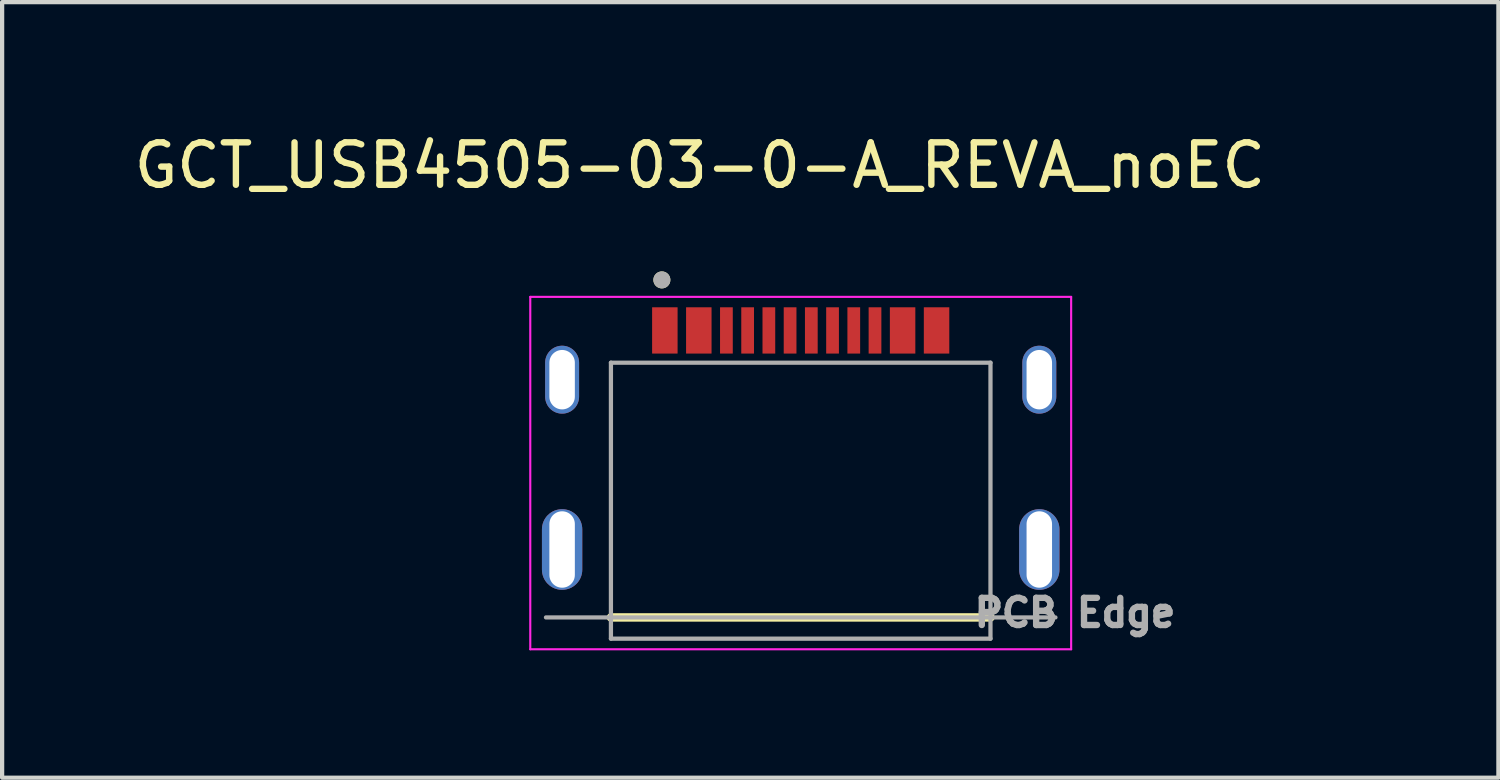
<source format=kicad_pcb>
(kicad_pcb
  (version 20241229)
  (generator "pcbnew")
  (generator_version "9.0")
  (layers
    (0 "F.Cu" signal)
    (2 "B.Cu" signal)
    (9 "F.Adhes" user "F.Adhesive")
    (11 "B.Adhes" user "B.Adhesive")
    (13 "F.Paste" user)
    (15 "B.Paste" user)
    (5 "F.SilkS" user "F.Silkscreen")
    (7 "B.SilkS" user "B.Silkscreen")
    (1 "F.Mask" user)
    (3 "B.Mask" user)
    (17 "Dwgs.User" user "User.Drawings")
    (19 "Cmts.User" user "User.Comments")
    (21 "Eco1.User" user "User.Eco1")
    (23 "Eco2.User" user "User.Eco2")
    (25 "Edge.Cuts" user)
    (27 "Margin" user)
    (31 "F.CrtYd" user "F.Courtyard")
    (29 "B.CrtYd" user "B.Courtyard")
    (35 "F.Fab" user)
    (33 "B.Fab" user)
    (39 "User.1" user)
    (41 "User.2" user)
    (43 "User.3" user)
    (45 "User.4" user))
  (footprint "GCT_USB4505-03-0-A_REVA_noEC"
    (layer "F.Cu")
    (at 15.81 9.893)
    (property "Reference" "GCT_USB4505-03-0-A_REVA_noEC" (at -2.375 -9.045 0) (layer "F.SilkS") (effects (font (size 1 1) (thickness 0.15))))
    (attr smd)
    (fp_poly (pts (xy -6.225 -3.61) (xy -6.225 -4.41) (xy -6.224 -4.441) (xy -6.222 -4.473) (xy -6.218 -4.504) (xy -6.212 -4.535) (xy -6.205 -4.565) (xy -6.196 -4.595) (xy -6.185 -4.625) (xy -6.173 -4.654) (xy -6.16 -4.682) (xy -6.145 -4.71) (xy -6.128 -4.737) (xy -6.11 -4.763) (xy -6.091 -4.788) (xy -6.071 -4.811) (xy -6.049 -4.834) (xy -6.026 -4.856) (xy -6.003 -4.876) (xy -5.978 -4.895) (xy -5.952 -4.913) (xy -5.925 -4.93) (xy -5.897 -4.945) (xy -5.869 -4.958) (xy -5.84 -4.97) (xy -5.81 -4.981) (xy -5.78 -4.99) (xy -5.75 -4.997) (xy -5.719 -5.003) (xy -5.688 -5.007) (xy -5.656 -5.009) (xy -5.625 -5.01) (xy -5.594 -5.009) (xy -5.562 -5.007) (xy -5.531 -5.003) (xy -5.5 -4.997) (xy -5.47 -4.99) (xy -5.44 -4.981) (xy -5.41 -4.97) (xy -5.381 -4.958) (xy -5.353 -4.945) (xy -5.325 -4.93) (xy -5.298 -4.913) (xy -5.272 -4.895) (xy -5.247 -4.876) (xy -5.224 -4.856) (xy -5.201 -4.834) (xy -5.179 -4.811) (xy -5.159 -4.788) (xy -5.14 -4.763) (xy -5.122 -4.737) (xy -5.105 -4.71) (xy -5.09 -4.682) (xy -5.077 -4.654) (xy -5.065 -4.625) (xy -5.054 -4.595) (xy -5.045 -4.565) (xy -5.038 -4.535) (xy -5.032 -4.504) (xy -5.028 -4.473) (xy -5.026 -4.441) (xy -5.025 -4.41) (xy -5.025 -3.61) (xy -5.026 -3.579) (xy -5.028 -3.547) (xy -5.032 -3.516) (xy -5.038 -3.485) (xy -5.045 -3.455) (xy -5.054 -3.425) (xy -5.065 -3.395) (xy -5.077 -3.366) (xy -5.09 -3.338) (xy -5.105 -3.31) (xy -5.122 -3.283) (xy -5.14 -3.257) (xy -5.159 -3.232) (xy -5.179 -3.209) (xy -5.201 -3.186) (xy -5.224 -3.164) (xy -5.247 -3.144) (xy -5.272 -3.125) (xy -5.298 -3.107) (xy -5.325 -3.09) (xy -5.353 -3.075) (xy -5.381 -3.062) (xy -5.41 -3.05) (xy -5.44 -3.039) (xy -5.47 -3.03) (xy -5.5 -3.023) (xy -5.531 -3.017) (xy -5.562 -3.013) (xy -5.594 -3.011) (xy -5.625 -3.01) (xy -5.656 -3.011) (xy -5.688 -3.013) (xy -5.719 -3.017) (xy -5.75 -3.023) (xy -5.78 -3.03) (xy -5.81 -3.039) (xy -5.84 -3.05) (xy -5.869 -3.062) (xy -5.897 -3.075) (xy -5.925 -3.09) (xy -5.952 -3.107) (xy -5.978 -3.125) (xy -6.003 -3.144) (xy -6.026 -3.164) (xy -6.049 -3.186) (xy -6.071 -3.209) (xy -6.091 -3.232) (xy -6.11 -3.257) (xy -6.128 -3.283) (xy -6.145 -3.31) (xy -6.16 -3.338) (xy -6.173 -3.366) (xy -6.185 -3.395) (xy -6.196 -3.425) (xy -6.205 -3.455) (xy -6.212 -3.485) (xy -6.218 -3.516) (xy -6.222 -3.547) (xy -6.224 -3.579) (xy -6.225 -3.61)) (stroke (width 0.01) (type solid)) (fill yes) (layer "F.Mask"))
    (fp_poly (pts (xy -6.225 0.59) (xy -6.225 -0.61) (xy -6.224 -0.641) (xy -6.222 -0.673) (xy -6.218 -0.704) (xy -6.212 -0.735) (xy -6.205 -0.765) (xy -6.196 -0.795) (xy -6.185 -0.825) (xy -6.173 -0.854) (xy -6.16 -0.882) (xy -6.145 -0.91) (xy -6.128 -0.937) (xy -6.11 -0.963) (xy -6.091 -0.988) (xy -6.071 -1.011) (xy -6.049 -1.034) (xy -6.026 -1.056) (xy -6.003 -1.076) (xy -5.978 -1.095) (xy -5.952 -1.113) (xy -5.925 -1.13) (xy -5.897 -1.145) (xy -5.869 -1.158) (xy -5.84 -1.17) (xy -5.81 -1.181) (xy -5.78 -1.19) (xy -5.75 -1.197) (xy -5.719 -1.203) (xy -5.688 -1.207) (xy -5.656 -1.209) (xy -5.625 -1.21) (xy -5.594 -1.209) (xy -5.562 -1.207) (xy -5.531 -1.203) (xy -5.5 -1.197) (xy -5.47 -1.19) (xy -5.44 -1.181) (xy -5.41 -1.17) (xy -5.381 -1.158) (xy -5.353 -1.145) (xy -5.325 -1.13) (xy -5.298 -1.113) (xy -5.272 -1.095) (xy -5.247 -1.076) (xy -5.224 -1.056) (xy -5.201 -1.034) (xy -5.179 -1.011) (xy -5.159 -0.988) (xy -5.14 -0.963) (xy -5.122 -0.937) (xy -5.105 -0.91) (xy -5.09 -0.882) (xy -5.077 -0.854) (xy -5.065 -0.825) (xy -5.054 -0.795) (xy -5.045 -0.765) (xy -5.038 -0.735) (xy -5.032 -0.704) (xy -5.028 -0.673) (xy -5.026 -0.641) (xy -5.025 -0.61) (xy -5.025 0.59) (xy -5.026 0.621) (xy -5.028 0.653) (xy -5.032 0.684) (xy -5.038 0.715) (xy -5.045 0.745) (xy -5.054 0.775) (xy -5.065 0.805) (xy -5.077 0.834) (xy -5.09 0.862) (xy -5.105 0.89) (xy -5.122 0.917) (xy -5.14 0.943) (xy -5.159 0.968) (xy -5.179 0.991) (xy -5.201 1.014) (xy -5.224 1.036) (xy -5.247 1.056) (xy -5.272 1.075) (xy -5.298 1.093) (xy -5.325 1.11) (xy -5.353 1.125) (xy -5.381 1.138) (xy -5.41 1.15) (xy -5.44 1.161) (xy -5.47 1.17) (xy -5.5 1.177) (xy -5.531 1.183) (xy -5.562 1.187) (xy -5.594 1.189) (xy -5.625 1.19) (xy -5.656 1.189) (xy -5.688 1.187) (xy -5.719 1.183) (xy -5.75 1.177) (xy -5.78 1.17) (xy -5.81 1.161) (xy -5.84 1.15) (xy -5.869 1.138) (xy -5.897 1.125) (xy -5.925 1.11) (xy -5.952 1.093) (xy -5.978 1.075) (xy -6.003 1.056) (xy -6.026 1.036) (xy -6.049 1.014) (xy -6.071 0.991) (xy -6.091 0.968) (xy -6.11 0.943) (xy -6.128 0.917) (xy -6.145 0.89) (xy -6.16 0.862) (xy -6.173 0.834) (xy -6.185 0.805) (xy -6.196 0.775) (xy -6.205 0.745) (xy -6.212 0.715) (xy -6.218 0.684) (xy -6.222 0.653) (xy -6.224 0.621) (xy -6.225 0.59)) (stroke (width 0.01) (type solid)) (fill yes) (layer "F.Mask"))
    (fp_poly (pts (xy 5.015 -3.61) (xy 5.015 -4.41) (xy 5.016 -4.441) (xy 5.018 -4.473) (xy 5.022 -4.504) (xy 5.028 -4.535) (xy 5.035 -4.565) (xy 5.044 -4.595) (xy 5.055 -4.625) (xy 5.067 -4.654) (xy 5.08 -4.682) (xy 5.095 -4.71) (xy 5.112 -4.737) (xy 5.13 -4.763) (xy 5.149 -4.788) (xy 5.169 -4.811) (xy 5.191 -4.834) (xy 5.214 -4.856) (xy 5.237 -4.876) (xy 5.262 -4.895) (xy 5.288 -4.913) (xy 5.315 -4.93) (xy 5.343 -4.945) (xy 5.371 -4.958) (xy 5.4 -4.97) (xy 5.43 -4.981) (xy 5.46 -4.99) (xy 5.49 -4.997) (xy 5.521 -5.003) (xy 5.552 -5.007) (xy 5.584 -5.009) (xy 5.615 -5.01) (xy 5.646 -5.009) (xy 5.678 -5.007) (xy 5.709 -5.003) (xy 5.74 -4.997) (xy 5.77 -4.99) (xy 5.8 -4.981) (xy 5.83 -4.97) (xy 5.859 -4.958) (xy 5.887 -4.945) (xy 5.915 -4.93) (xy 5.942 -4.913) (xy 5.968 -4.895) (xy 5.993 -4.876) (xy 6.016 -4.856) (xy 6.039 -4.834) (xy 6.061 -4.811) (xy 6.081 -4.788) (xy 6.1 -4.763) (xy 6.118 -4.737) (xy 6.135 -4.71) (xy 6.15 -4.682) (xy 6.163 -4.654) (xy 6.175 -4.625) (xy 6.186 -4.595) (xy 6.195 -4.565) (xy 6.202 -4.535) (xy 6.208 -4.504) (xy 6.212 -4.473) (xy 6.214 -4.441) (xy 6.215 -4.41) (xy 6.215 -3.61) (xy 6.214 -3.579) (xy 6.212 -3.547) (xy 6.208 -3.516) (xy 6.202 -3.485) (xy 6.195 -3.455) (xy 6.186 -3.425) (xy 6.175 -3.395) (xy 6.163 -3.366) (xy 6.15 -3.338) (xy 6.135 -3.31) (xy 6.118 -3.283) (xy 6.1 -3.257) (xy 6.081 -3.232) (xy 6.061 -3.209) (xy 6.039 -3.186) (xy 6.016 -3.164) (xy 5.993 -3.144) (xy 5.968 -3.125) (xy 5.942 -3.107) (xy 5.915 -3.09) (xy 5.887 -3.075) (xy 5.859 -3.062) (xy 5.83 -3.05) (xy 5.8 -3.039) (xy 5.77 -3.03) (xy 5.74 -3.023) (xy 5.709 -3.017) (xy 5.678 -3.013) (xy 5.646 -3.011) (xy 5.615 -3.01) (xy 5.584 -3.011) (xy 5.552 -3.013) (xy 5.521 -3.017) (xy 5.49 -3.023) (xy 5.46 -3.03) (xy 5.43 -3.039) (xy 5.4 -3.05) (xy 5.371 -3.062) (xy 5.343 -3.075) (xy 5.315 -3.09) (xy 5.288 -3.107) (xy 5.262 -3.125) (xy 5.237 -3.144) (xy 5.214 -3.164) (xy 5.191 -3.186) (xy 5.169 -3.209) (xy 5.149 -3.232) (xy 5.13 -3.257) (xy 5.112 -3.283) (xy 5.095 -3.31) (xy 5.08 -3.338) (xy 5.067 -3.366) (xy 5.055 -3.395) (xy 5.044 -3.425) (xy 5.035 -3.455) (xy 5.028 -3.485) (xy 5.022 -3.516) (xy 5.018 -3.547) (xy 5.016 -3.579) (xy 5.015 -3.61)) (stroke (width 0.01) (type solid)) (fill yes) (layer "F.Mask"))
    (fp_poly (pts (xy 5.015 -0.01) (xy 5.015 -0.61) (xy 5.016 -0.641) (xy 5.018 -0.673) (xy 5.022 -0.704) (xy 5.028 -0.735) (xy 5.035 -0.765) (xy 5.044 -0.795) (xy 5.055 -0.825) (xy 5.067 -0.854) (xy 5.08 -0.882) (xy 5.095 -0.91) (xy 5.112 -0.937) (xy 5.13 -0.963) (xy 5.149 -0.988) (xy 5.169 -1.011) (xy 5.191 -1.034) (xy 5.214 -1.056) (xy 5.237 -1.076) (xy 5.262 -1.095) (xy 5.288 -1.113) (xy 5.315 -1.13) (xy 5.343 -1.145) (xy 5.371 -1.158) (xy 5.4 -1.17) (xy 5.43 -1.181) (xy 5.46 -1.19) (xy 5.49 -1.197) (xy 5.521 -1.203) (xy 5.552 -1.207) (xy 5.584 -1.209) (xy 5.615 -1.21) (xy 5.646 -1.209) (xy 5.678 -1.207) (xy 5.709 -1.203) (xy 5.74 -1.197) (xy 5.77 -1.19) (xy 5.8 -1.181) (xy 5.83 -1.17) (xy 5.859 -1.158) (xy 5.887 -1.145) (xy 5.915 -1.13) (xy 5.942 -1.113) (xy 5.968 -1.095) (xy 5.993 -1.076) (xy 6.016 -1.056) (xy 6.039 -1.034) (xy 6.061 -1.011) (xy 6.081 -0.988) (xy 6.1 -0.963) (xy 6.118 -0.937) (xy 6.135 -0.91) (xy 6.15 -0.882) (xy 6.163 -0.854) (xy 6.175 -0.825) (xy 6.186 -0.795) (xy 6.195 -0.765) (xy 6.202 -0.735) (xy 6.208 -0.704) (xy 6.212 -0.673) (xy 6.214 -0.641) (xy 6.215 -0.61) (xy 6.215 -0.01) (xy 6.215 0.59) (xy 6.214 0.621) (xy 6.212 0.653) (xy 6.208 0.684) (xy 6.202 0.715) (xy 6.195 0.745) (xy 6.186 0.775) (xy 6.175 0.805) (xy 6.163 0.834) (xy 6.15 0.862) (xy 6.135 0.89) (xy 6.118 0.917) (xy 6.1 0.943) (xy 6.081 0.968) (xy 6.061 0.991) (xy 6.039 1.014) (xy 6.016 1.036) (xy 5.993 1.056) (xy 5.968 1.075) (xy 5.942 1.093) (xy 5.915 1.11) (xy 5.887 1.125) (xy 5.859 1.138) (xy 5.83 1.15) (xy 5.8 1.161) (xy 5.77 1.17) (xy 5.74 1.177) (xy 5.709 1.183) (xy 5.678 1.187) (xy 5.646 1.189) (xy 5.615 1.19) (xy 5.584 1.189) (xy 5.552 1.187) (xy 5.521 1.183) (xy 5.49 1.177) (xy 5.46 1.17) (xy 5.43 1.161) (xy 5.4 1.15) (xy 5.371 1.138) (xy 5.343 1.125) (xy 5.315 1.11) (xy 5.288 1.093) (xy 5.262 1.075) (xy 5.237 1.056) (xy 5.214 1.036) (xy 5.191 1.014) (xy 5.169 0.991) (xy 5.149 0.968) (xy 5.13 0.943) (xy 5.112 0.917) (xy 5.095 0.89) (xy 5.08 0.862) (xy 5.067 0.834) (xy 5.055 0.805) (xy 5.044 0.775) (xy 5.035 0.745) (xy 5.028 0.715) (xy 5.022 0.684) (xy 5.018 0.653) (xy 5.016 0.621) (xy 5.015 0.59) (xy 5.015 -0.01)) (stroke (width 0.01) (type solid)) (fill yes) (layer "F.Mask"))
    (fp_poly (pts (xy -6.225 -3.61) (xy -6.225 -4.41) (xy -6.224 -4.441) (xy -6.222 -4.473) (xy -6.218 -4.504) (xy -6.212 -4.535) (xy -6.205 -4.565) (xy -6.196 -4.595) (xy -6.185 -4.625) (xy -6.173 -4.654) (xy -6.16 -4.682) (xy -6.145 -4.71) (xy -6.128 -4.737) (xy -6.11 -4.763) (xy -6.091 -4.788) (xy -6.071 -4.811) (xy -6.049 -4.834) (xy -6.026 -4.856) (xy -6.003 -4.876) (xy -5.978 -4.895) (xy -5.952 -4.913) (xy -5.925 -4.93) (xy -5.897 -4.945) (xy -5.869 -4.958) (xy -5.84 -4.97) (xy -5.81 -4.981) (xy -5.78 -4.99) (xy -5.75 -4.997) (xy -5.719 -5.003) (xy -5.688 -5.007) (xy -5.656 -5.009) (xy -5.625 -5.01) (xy -5.594 -5.009) (xy -5.562 -5.007) (xy -5.531 -5.003) (xy -5.5 -4.997) (xy -5.47 -4.99) (xy -5.44 -4.981) (xy -5.41 -4.97) (xy -5.381 -4.958) (xy -5.353 -4.945) (xy -5.325 -4.93) (xy -5.298 -4.913) (xy -5.272 -4.895) (xy -5.247 -4.876) (xy -5.224 -4.856) (xy -5.201 -4.834) (xy -5.179 -4.811) (xy -5.159 -4.788) (xy -5.14 -4.763) (xy -5.122 -4.737) (xy -5.105 -4.71) (xy -5.09 -4.682) (xy -5.077 -4.654) (xy -5.065 -4.625) (xy -5.054 -4.595) (xy -5.045 -4.565) (xy -5.038 -4.535) (xy -5.032 -4.504) (xy -5.028 -4.473) (xy -5.026 -4.441) (xy -5.025 -4.41) (xy -5.025 -3.61) (xy -5.026 -3.579) (xy -5.028 -3.547) (xy -5.032 -3.516) (xy -5.038 -3.485) (xy -5.045 -3.455) (xy -5.054 -3.425) (xy -5.065 -3.395) (xy -5.077 -3.366) (xy -5.09 -3.338) (xy -5.105 -3.31) (xy -5.122 -3.283) (xy -5.14 -3.257) (xy -5.159 -3.232) (xy -5.179 -3.209) (xy -5.201 -3.186) (xy -5.224 -3.164) (xy -5.247 -3.144) (xy -5.272 -3.125) (xy -5.298 -3.107) (xy -5.325 -3.09) (xy -5.353 -3.075) (xy -5.381 -3.062) (xy -5.41 -3.05) (xy -5.44 -3.039) (xy -5.47 -3.03) (xy -5.5 -3.023) (xy -5.531 -3.017) (xy -5.562 -3.013) (xy -5.594 -3.011) (xy -5.625 -3.01) (xy -5.656 -3.011) (xy -5.688 -3.013) (xy -5.719 -3.017) (xy -5.75 -3.023) (xy -5.78 -3.03) (xy -5.81 -3.039) (xy -5.84 -3.05) (xy -5.869 -3.062) (xy -5.897 -3.075) (xy -5.925 -3.09) (xy -5.952 -3.107) (xy -5.978 -3.125) (xy -6.003 -3.144) (xy -6.026 -3.164) (xy -6.049 -3.186) (xy -6.071 -3.209) (xy -6.091 -3.232) (xy -6.11 -3.257) (xy -6.128 -3.283) (xy -6.145 -3.31) (xy -6.16 -3.338) (xy -6.173 -3.366) (xy -6.185 -3.395) (xy -6.196 -3.425) (xy -6.205 -3.455) (xy -6.212 -3.485) (xy -6.218 -3.516) (xy -6.222 -3.547) (xy -6.224 -3.579) (xy -6.225 -3.61)) (stroke (width 0.01) (type solid)) (fill yes) (layer "B.Mask"))
    (fp_poly (pts (xy -6.225 0.6) (xy -6.225 -0.6) (xy -6.224 -0.631) (xy -6.222 -0.663) (xy -6.218 -0.694) (xy -6.212 -0.725) (xy -6.205 -0.755) (xy -6.196 -0.785) (xy -6.185 -0.815) (xy -6.173 -0.844) (xy -6.16 -0.872) (xy -6.145 -0.9) (xy -6.128 -0.927) (xy -6.11 -0.953) (xy -6.091 -0.978) (xy -6.071 -1.001) (xy -6.049 -1.024) (xy -6.026 -1.046) (xy -6.003 -1.066) (xy -5.978 -1.085) (xy -5.952 -1.103) (xy -5.925 -1.12) (xy -5.897 -1.135) (xy -5.869 -1.148) (xy -5.84 -1.16) (xy -5.81 -1.171) (xy -5.78 -1.18) (xy -5.75 -1.187) (xy -5.719 -1.193) (xy -5.688 -1.197) (xy -5.656 -1.199) (xy -5.625 -1.2) (xy -5.594 -1.199) (xy -5.562 -1.197) (xy -5.531 -1.193) (xy -5.5 -1.187) (xy -5.47 -1.18) (xy -5.44 -1.171) (xy -5.41 -1.16) (xy -5.381 -1.148) (xy -5.353 -1.135) (xy -5.325 -1.12) (xy -5.298 -1.103) (xy -5.272 -1.085) (xy -5.247 -1.066) (xy -5.224 -1.046) (xy -5.201 -1.024) (xy -5.179 -1.001) (xy -5.159 -0.978) (xy -5.14 -0.953) (xy -5.122 -0.927) (xy -5.105 -0.9) (xy -5.09 -0.872) (xy -5.077 -0.844) (xy -5.065 -0.815) (xy -5.054 -0.785) (xy -5.045 -0.755) (xy -5.038 -0.725) (xy -5.032 -0.694) (xy -5.028 -0.663) (xy -5.026 -0.631) (xy -5.025 -0.6) (xy -5.025 0.6) (xy -5.026 0.631) (xy -5.028 0.663) (xy -5.032 0.694) (xy -5.038 0.725) (xy -5.045 0.755) (xy -5.054 0.785) (xy -5.065 0.815) (xy -5.077 0.844) (xy -5.09 0.872) (xy -5.105 0.9) (xy -5.122 0.927) (xy -5.14 0.953) (xy -5.159 0.978) (xy -5.179 1.001) (xy -5.201 1.024) (xy -5.224 1.046) (xy -5.247 1.066) (xy -5.272 1.085) (xy -5.298 1.103) (xy -5.325 1.12) (xy -5.353 1.135) (xy -5.381 1.148) (xy -5.41 1.16) (xy -5.44 1.171) (xy -5.47 1.18) (xy -5.5 1.187) (xy -5.531 1.193) (xy -5.562 1.197) (xy -5.594 1.199) (xy -5.625 1.2) (xy -5.656 1.199) (xy -5.688 1.197) (xy -5.719 1.193) (xy -5.75 1.187) (xy -5.78 1.18) (xy -5.81 1.171) (xy -5.84 1.16) (xy -5.869 1.148) (xy -5.897 1.135) (xy -5.925 1.12) (xy -5.952 1.103) (xy -5.978 1.085) (xy -6.003 1.066) (xy -6.026 1.046) (xy -6.049 1.024) (xy -6.071 1.001) (xy -6.091 0.978) (xy -6.11 0.953) (xy -6.128 0.927) (xy -6.145 0.9) (xy -6.16 0.872) (xy -6.173 0.844) (xy -6.185 0.815) (xy -6.196 0.785) (xy -6.205 0.755) (xy -6.212 0.725) (xy -6.218 0.694) (xy -6.222 0.663) (xy -6.224 0.631) (xy -6.225 0.6)) (stroke (width 0.01) (type solid)) (fill yes) (layer "B.Mask"))
    (fp_poly (pts (xy 5.015 -3.61) (xy 5.015 -4.41) (xy 5.016 -4.441) (xy 5.018 -4.473) (xy 5.022 -4.504) (xy 5.028 -4.535) (xy 5.035 -4.565) (xy 5.044 -4.595) (xy 5.055 -4.625) (xy 5.067 -4.654) (xy 5.08 -4.682) (xy 5.095 -4.71) (xy 5.112 -4.737) (xy 5.13 -4.763) (xy 5.149 -4.788) (xy 5.169 -4.811) (xy 5.191 -4.834) (xy 5.214 -4.856) (xy 5.237 -4.876) (xy 5.262 -4.895) (xy 5.288 -4.913) (xy 5.315 -4.93) (xy 5.343 -4.945) (xy 5.371 -4.958) (xy 5.4 -4.97) (xy 5.43 -4.981) (xy 5.46 -4.99) (xy 5.49 -4.997) (xy 5.521 -5.003) (xy 5.552 -5.007) (xy 5.584 -5.009) (xy 5.615 -5.01) (xy 5.646 -5.009) (xy 5.678 -5.007) (xy 5.709 -5.003) (xy 5.74 -4.997) (xy 5.77 -4.99) (xy 5.8 -4.981) (xy 5.83 -4.97) (xy 5.859 -4.958) (xy 5.887 -4.945) (xy 5.915 -4.93) (xy 5.942 -4.913) (xy 5.968 -4.895) (xy 5.993 -4.876) (xy 6.016 -4.856) (xy 6.039 -4.834) (xy 6.061 -4.811) (xy 6.081 -4.788) (xy 6.1 -4.763) (xy 6.118 -4.737) (xy 6.135 -4.71) (xy 6.15 -4.682) (xy 6.163 -4.654) (xy 6.175 -4.625) (xy 6.186 -4.595) (xy 6.195 -4.565) (xy 6.202 -4.535) (xy 6.208 -4.504) (xy 6.212 -4.473) (xy 6.214 -4.441) (xy 6.215 -4.41) (xy 6.215 -3.61) (xy 6.214 -3.579) (xy 6.212 -3.547) (xy 6.208 -3.516) (xy 6.202 -3.485) (xy 6.195 -3.455) (xy 6.186 -3.425) (xy 6.175 -3.395) (xy 6.163 -3.366) (xy 6.15 -3.338) (xy 6.135 -3.31) (xy 6.118 -3.283) (xy 6.1 -3.257) (xy 6.081 -3.232) (xy 6.061 -3.209) (xy 6.039 -3.186) (xy 6.016 -3.164) (xy 5.993 -3.144) (xy 5.968 -3.125) (xy 5.942 -3.107) (xy 5.915 -3.09) (xy 5.887 -3.075) (xy 5.859 -3.062) (xy 5.83 -3.05) (xy 5.8 -3.039) (xy 5.77 -3.03) (xy 5.74 -3.023) (xy 5.709 -3.017) (xy 5.678 -3.013) (xy 5.646 -3.011) (xy 5.615 -3.01) (xy 5.584 -3.011) (xy 5.552 -3.013) (xy 5.521 -3.017) (xy 5.49 -3.023) (xy 5.46 -3.03) (xy 5.43 -3.039) (xy 5.4 -3.05) (xy 5.371 -3.062) (xy 5.343 -3.075) (xy 5.315 -3.09) (xy 5.288 -3.107) (xy 5.262 -3.125) (xy 5.237 -3.144) (xy 5.214 -3.164) (xy 5.191 -3.186) (xy 5.169 -3.209) (xy 5.149 -3.232) (xy 5.13 -3.257) (xy 5.112 -3.283) (xy 5.095 -3.31) (xy 5.08 -3.338) (xy 5.067 -3.366) (xy 5.055 -3.395) (xy 5.044 -3.425) (xy 5.035 -3.455) (xy 5.028 -3.485) (xy 5.022 -3.516) (xy 5.018 -3.547) (xy 5.016 -3.579) (xy 5.015 -3.61)) (stroke (width 0.01) (type solid)) (fill yes) (layer "B.Mask"))
    (fp_poly (pts (xy 5.015 0.59) (xy 5.015 -0.61) (xy 5.016 -0.641) (xy 5.018 -0.673) (xy 5.022 -0.704) (xy 5.028 -0.735) (xy 5.035 -0.765) (xy 5.044 -0.795) (xy 5.055 -0.825) (xy 5.067 -0.854) (xy 5.08 -0.882) (xy 5.095 -0.91) (xy 5.112 -0.937) (xy 5.13 -0.963) (xy 5.149 -0.988) (xy 5.169 -1.011) (xy 5.191 -1.034) (xy 5.214 -1.056) (xy 5.237 -1.076) (xy 5.262 -1.095) (xy 5.288 -1.113) (xy 5.315 -1.13) (xy 5.343 -1.145) (xy 5.371 -1.158) (xy 5.4 -1.17) (xy 5.43 -1.181) (xy 5.46 -1.19) (xy 5.49 -1.197) (xy 5.521 -1.203) (xy 5.552 -1.207) (xy 5.584 -1.209) (xy 5.615 -1.21) (xy 5.646 -1.209) (xy 5.678 -1.207) (xy 5.709 -1.203) (xy 5.74 -1.197) (xy 5.77 -1.19) (xy 5.8 -1.181) (xy 5.83 -1.17) (xy 5.859 -1.158) (xy 5.887 -1.145) (xy 5.915 -1.13) (xy 5.942 -1.113) (xy 5.968 -1.095) (xy 5.993 -1.076) (xy 6.016 -1.056) (xy 6.039 -1.034) (xy 6.061 -1.011) (xy 6.081 -0.988) (xy 6.1 -0.963) (xy 6.118 -0.937) (xy 6.135 -0.91) (xy 6.15 -0.882) (xy 6.163 -0.854) (xy 6.175 -0.825) (xy 6.186 -0.795) (xy 6.195 -0.765) (xy 6.202 -0.735) (xy 6.208 -0.704) (xy 6.212 -0.673) (xy 6.214 -0.641) (xy 6.215 -0.61) (xy 6.215 0.59) (xy 6.214 0.621) (xy 6.212 0.653) (xy 6.208 0.684) (xy 6.202 0.715) (xy 6.195 0.745) (xy 6.186 0.775) (xy 6.175 0.805) (xy 6.163 0.834) (xy 6.15 0.862) (xy 6.135 0.89) (xy 6.118 0.917) (xy 6.1 0.943) (xy 6.081 0.968) (xy 6.061 0.991) (xy 6.039 1.014) (xy 6.016 1.036) (xy 5.993 1.056) (xy 5.968 1.075) (xy 5.942 1.093) (xy 5.915 1.11) (xy 5.887 1.125) (xy 5.859 1.138) (xy 5.83 1.15) (xy 5.8 1.161) (xy 5.77 1.17) (xy 5.74 1.177) (xy 5.709 1.183) (xy 5.678 1.187) (xy 5.646 1.189) (xy 5.615 1.19) (xy 5.584 1.189) (xy 5.552 1.187) (xy 5.521 1.183) (xy 5.49 1.177) (xy 5.46 1.17) (xy 5.43 1.161) (xy 5.4 1.15) (xy 5.371 1.138) (xy 5.343 1.125) (xy 5.315 1.11) (xy 5.288 1.093) (xy 5.262 1.075) (xy 5.237 1.056) (xy 5.214 1.036) (xy 5.191 1.014) (xy 5.169 0.991) (xy 5.149 0.968) (xy 5.13 0.943) (xy 5.112 0.917) (xy 5.095 0.89) (xy 5.08 0.862) (xy 5.067 0.834) (xy 5.055 0.805) (xy 5.044 0.775) (xy 5.035 0.745) (xy 5.028 0.715) (xy 5.022 0.684) (xy 5.018 0.653) (xy 5.016 0.621) (xy 5.015 0.59)) (stroke (width 0.01) (type solid)) (fill yes) (layer "B.Mask"))
    (fp_line (start -4.47 1.6) (end 4.47 1.6) (stroke (width 0.2) (type solid)) (layer "F.SilkS"))
    (fp_circle (center -3.27 -6.35) (end -3.17 -6.35) (stroke (width 0.2) (type solid)) (fill no) (layer "F.SilkS"))
    (fp_line (start -6.37 -5.95) (end 6.37 -5.95) (stroke (width 0.05) (type solid)) (layer "F.CrtYd"))
    (fp_line (start -6.37 2.35) (end -6.37 -5.95) (stroke (width 0.05) (type solid)) (layer "F.CrtYd"))
    (fp_line (start -6.37 2.35) (end 6.37 2.35) (stroke (width 0.05) (type solid)) (layer "F.CrtYd"))
    (fp_line (start 6.37 2.35) (end 6.37 -5.95) (stroke (width 0.05) (type solid)) (layer "F.CrtYd"))
    (fp_line (start -6 1.6) (end 6 1.6) (stroke (width 0.1) (type solid)) (layer "F.Fab"))
    (fp_line (start -4.47 -4.4) (end 4.47 -4.4) (stroke (width 0.1) (type solid)) (layer "F.Fab"))
    (fp_line (start -4.47 2.1) (end -4.47 -4.4) (stroke (width 0.1) (type solid)) (layer "F.Fab"))
    (fp_line (start -4.47 2.1) (end 4.47 2.1) (stroke (width 0.1) (type solid)) (layer "F.Fab"))
    (fp_line (start 4.47 2.1) (end 4.47 -4.4) (stroke (width 0.1) (type solid)) (layer "F.Fab"))
    (fp_circle (center -3.27 -6.35) (end -3.17 -6.35) (stroke (width 0.2) (type solid)) (fill no) (layer "F.Fab"))
    (fp_text user "${REFERENCE}" (at 0 0 0) (layer "Eco1.User") (effects (font (size 1 1) (thickness 0.15))))
    (fp_text user "PCB Edge" (at 6.46 1.49 0) (layer "F.Fab") (effects (font (size 0.64 0.64) (thickness 0.15))))
    (pad "A1_B12" smd rect (at -3.2 -5.16) (size 0.6 1.09) (layers "F.Cu" "F.Mask" "F.Paste"))
    (pad "A4_B9" smd rect (at -2.4 -5.16) (size 0.6 1.09) (layers "F.Cu" "F.Mask" "F.Paste"))
    (pad "A5" smd rect (at -1.25 -5.16) (size 0.3 1.09) (layers "F.Cu" "F.Mask" "F.Paste"))
    (pad "A6" smd rect (at -0.25 -5.16) (size 0.3 1.09) (layers "F.Cu" "F.Mask" "F.Paste"))
    (pad "A7" smd rect (at 0.25 -5.16) (size 0.3 1.09) (layers "F.Cu" "F.Mask" "F.Paste"))
    (pad "A8" smd rect (at 1.25 -5.16) (size 0.3 1.09) (layers "F.Cu" "F.Mask" "F.Paste"))
    (pad "B1_A12" smd rect (at 3.2 -5.16) (size 0.6 1.09) (layers "F.Cu" "F.Mask" "F.Paste"))
    (pad "B4_A9" smd rect (at 2.4 -5.16) (size 0.6 1.09) (layers "F.Cu" "F.Mask" "F.Paste"))
    (pad "B5" smd rect (at 1.75 -5.16) (size 0.3 1.09) (layers "F.Cu" "F.Mask" "F.Paste"))
    (pad "B6" smd rect (at 0.75 -5.16) (size 0.3 1.09) (layers "F.Cu" "F.Mask" "F.Paste"))
    (pad "B7" smd rect (at -0.75 -5.16) (size 0.3 1.09) (layers "F.Cu" "F.Mask" "F.Paste"))
    (pad "B8" smd rect (at -1.75 -5.16) (size 0.3 1.09) (layers "F.Cu" "F.Mask" "F.Paste"))
    (pad "S1" thru_hole oval (at -5.62 0) (size 0.95 1.9) (drill oval 0.6 1.8) (layers "*.Cu"))
    (pad "S2" thru_hole oval (at 5.62 -4) (size 0.8 1.6) (drill oval 0.6 1.4) (layers "*.Cu"))
    (pad "S3" thru_hole oval (at -5.62 -4) (size 0.8 1.6) (drill oval 0.6 1.4) (layers "*.Cu"))
    (pad "S4" thru_hole oval (at 5.62 0) (size 0.95 1.9) (drill oval 0.6 1.8) (layers "*.Cu")))
  (gr_rect
    (start -3 -3)
    (end 32.244 15.268)
    (stroke (width 0.1) (type default))
    (fill no)
    (layer "Edge.Cuts")))
</source>
